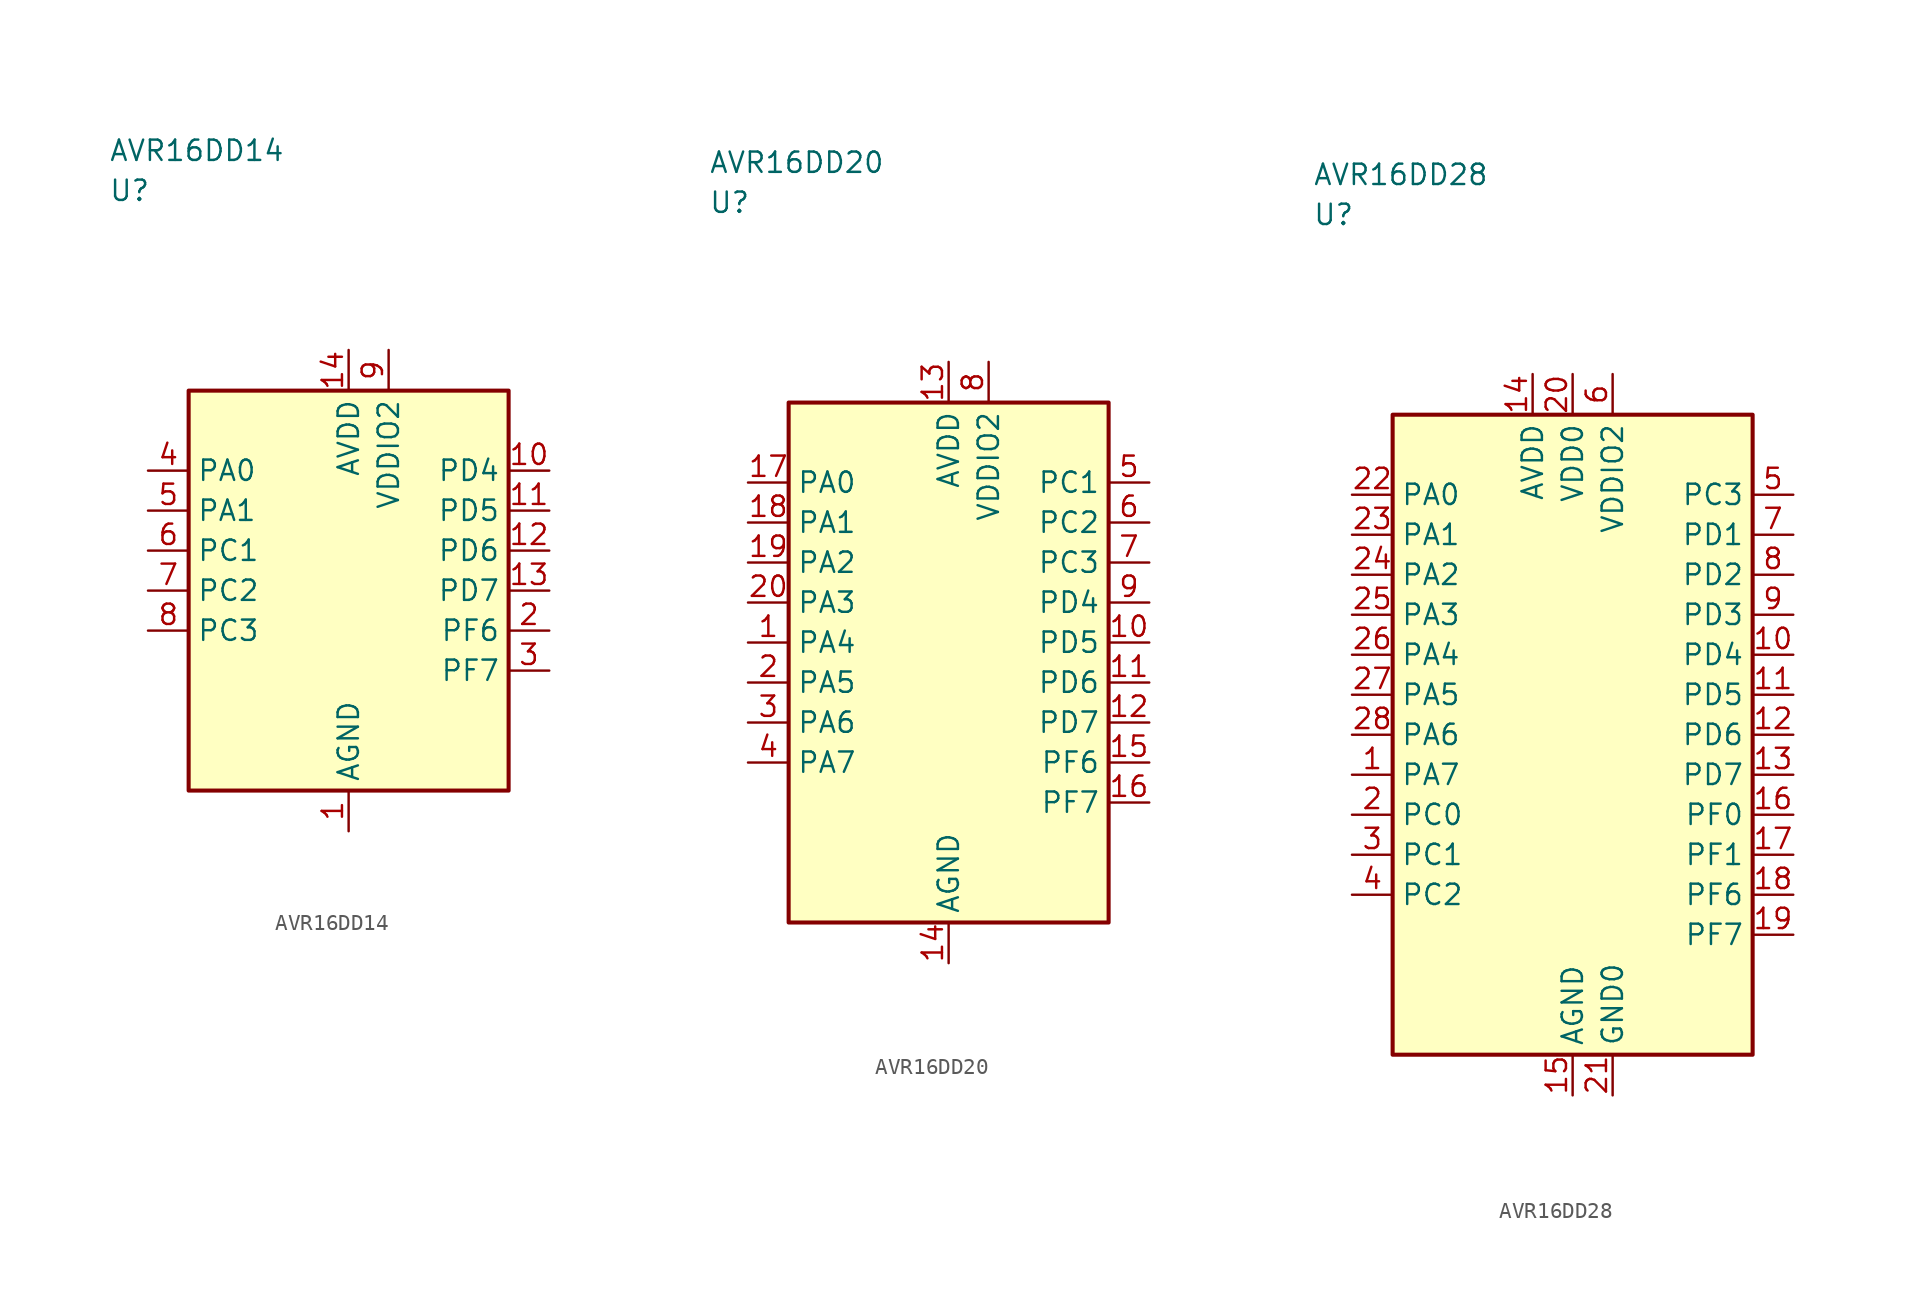
<source format=kicad_sym>
(kicad_symbol_lib
  (version 20241025)
  (generator "kicad_symbol_editor")
  (generator_version "8.0")
  (symbol "AVR16DD14"
    (property "Reference" "U"
      (at -15.0 25.0 0)
      (effects (font (size 1.27 1.27)) (justify left)))
    (property "Value" "AVR16DD14"
      (at -15.0 27.5 0)
      (effects (font (size 1.27 1.27)) (justify left)))
    (symbol "AVR16DD14_0_1"
      (rectangle (start -10.0 12.5) (end 10.0 -12.5) (stroke (width 0.254) (type default)) (fill (type background))))
    (symbol "AVR16DD14_1_1"
      (pin passive line (at 0.0 -15.04 90.0) (length 2.54) (name "AGND" (effects (font (size 1.27 1.27)))) (number "1" (effects (font (size 1.27 1.27)))))
      (pin bidirectional line (at 12.54 -2.5 180.0) (length 2.54) (name "PF6" (effects (font (size 1.27 1.27)))) (number "2" (effects (font (size 1.27 1.27)))))
      (pin bidirectional line (at 12.54 -5.0 180.0) (length 2.54) (name "PF7" (effects (font (size 1.27 1.27)))) (number "3" (effects (font (size 1.27 1.27)))))
      (pin bidirectional line (at -12.54 7.5 0.0) (length 2.54) (name "PA0" (effects (font (size 1.27 1.27)))) (number "4" (effects (font (size 1.27 1.27)))))
      (pin bidirectional line (at -12.54 5.0 0.0) (length 2.54) (name "PA1" (effects (font (size 1.27 1.27)))) (number "5" (effects (font (size 1.27 1.27)))))
      (pin bidirectional line (at -12.54 2.5 0.0) (length 2.54) (name "PC1" (effects (font (size 1.27 1.27)))) (number "6" (effects (font (size 1.27 1.27)))))
      (pin bidirectional line (at -12.54 0.0 0.0) (length 2.54) (name "PC2" (effects (font (size 1.27 1.27)))) (number "7" (effects (font (size 1.27 1.27)))))
      (pin bidirectional line (at -12.54 -2.5 0.0) (length 2.54) (name "PC3" (effects (font (size 1.27 1.27)))) (number "8" (effects (font (size 1.27 1.27)))))
      (pin power_in line (at 2.5 15.04 270.0) (length 2.54) (name "VDDIO2" (effects (font (size 1.27 1.27)))) (number "9" (effects (font (size 1.27 1.27)))))
      (pin bidirectional line (at 12.54 7.5 180.0) (length 2.54) (name "PD4" (effects (font (size 1.27 1.27)))) (number "10" (effects (font (size 1.27 1.27)))))
      (pin bidirectional line (at 12.54 5.0 180.0) (length 2.54) (name "PD5" (effects (font (size 1.27 1.27)))) (number "11" (effects (font (size 1.27 1.27)))))
      (pin bidirectional line (at 12.54 2.5 180.0) (length 2.54) (name "PD6" (effects (font (size 1.27 1.27)))) (number "12" (effects (font (size 1.27 1.27)))))
      (pin bidirectional line (at 12.54 0.0 180.0) (length 2.54) (name "PD7" (effects (font (size 1.27 1.27)))) (number "13" (effects (font (size 1.27 1.27)))))
      (pin power_in line (at 0.0 15.04 270.0) (length 2.54) (name "AVDD" (effects (font (size 1.27 1.27)))) (number "14" (effects (font (size 1.27 1.27)))))))
  (symbol "AVR16DD20"
    (property "Reference" "U"
      (at -15.0 28.75 0)
      (effects (font (size 1.27 1.27)) (justify left)))
    (property "Value" "AVR16DD20"
      (at -15.0 31.25 0)
      (effects (font (size 1.27 1.27)) (justify left)))
    (symbol "AVR16DD20_0_1"
      (rectangle (start -10.0 16.25) (end 10.0 -16.25) (stroke (width 0.254) (type default)) (fill (type background))))
    (symbol "AVR16DD20_1_1"
      (pin bidirectional line (at -12.54 1.25 0.0) (length 2.54) (name "PA4" (effects (font (size 1.27 1.27)))) (number "1" (effects (font (size 1.27 1.27)))))
      (pin bidirectional line (at -12.54 -1.25 0.0) (length 2.54) (name "PA5" (effects (font (size 1.27 1.27)))) (number "2" (effects (font (size 1.27 1.27)))))
      (pin bidirectional line (at -12.54 -3.75 0.0) (length 2.54) (name "PA6" (effects (font (size 1.27 1.27)))) (number "3" (effects (font (size 1.27 1.27)))))
      (pin bidirectional line (at -12.54 -6.25 0.0) (length 2.54) (name "PA7" (effects (font (size 1.27 1.27)))) (number "4" (effects (font (size 1.27 1.27)))))
      (pin bidirectional line (at 12.54 11.25 180.0) (length 2.54) (name "PC1" (effects (font (size 1.27 1.27)))) (number "5" (effects (font (size 1.27 1.27)))))
      (pin bidirectional line (at 12.54 8.75 180.0) (length 2.54) (name "PC2" (effects (font (size 1.27 1.27)))) (number "6" (effects (font (size 1.27 1.27)))))
      (pin bidirectional line (at 12.54 6.25 180.0) (length 2.54) (name "PC3" (effects (font (size 1.27 1.27)))) (number "7" (effects (font (size 1.27 1.27)))))
      (pin power_in line (at 2.5 18.79 270.0) (length 2.54) (name "VDDIO2" (effects (font (size 1.27 1.27)))) (number "8" (effects (font (size 1.27 1.27)))))
      (pin bidirectional line (at 12.54 3.75 180.0) (length 2.54) (name "PD4" (effects (font (size 1.27 1.27)))) (number "9" (effects (font (size 1.27 1.27)))))
      (pin bidirectional line (at 12.54 1.25 180.0) (length 2.54) (name "PD5" (effects (font (size 1.27 1.27)))) (number "10" (effects (font (size 1.27 1.27)))))
      (pin bidirectional line (at 12.54 -1.25 180.0) (length 2.54) (name "PD6" (effects (font (size 1.27 1.27)))) (number "11" (effects (font (size 1.27 1.27)))))
      (pin bidirectional line (at 12.54 -3.75 180.0) (length 2.54) (name "PD7" (effects (font (size 1.27 1.27)))) (number "12" (effects (font (size 1.27 1.27)))))
      (pin power_in line (at 0.0 18.79 270.0) (length 2.54) (name "AVDD" (effects (font (size 1.27 1.27)))) (number "13" (effects (font (size 1.27 1.27)))))
      (pin passive line (at 0.0 -18.79 90.0) (length 2.54) (name "AGND" (effects (font (size 1.27 1.27)))) (number "14" (effects (font (size 1.27 1.27)))))
      (pin bidirectional line (at 12.54 -6.25 180.0) (length 2.54) (name "PF6" (effects (font (size 1.27 1.27)))) (number "15" (effects (font (size 1.27 1.27)))))
      (pin bidirectional line (at 12.54 -8.75 180.0) (length 2.54) (name "PF7" (effects (font (size 1.27 1.27)))) (number "16" (effects (font (size 1.27 1.27)))))
      (pin bidirectional line (at -12.54 11.25 0.0) (length 2.54) (name "PA0" (effects (font (size 1.27 1.27)))) (number "17" (effects (font (size 1.27 1.27)))))
      (pin bidirectional line (at -12.54 8.75 0.0) (length 2.54) (name "PA1" (effects (font (size 1.27 1.27)))) (number "18" (effects (font (size 1.27 1.27)))))
      (pin bidirectional line (at -12.54 6.25 0.0) (length 2.54) (name "PA2" (effects (font (size 1.27 1.27)))) (number "19" (effects (font (size 1.27 1.27)))))
      (pin bidirectional line (at -12.54 3.75 0.0) (length 2.54) (name "PA3" (effects (font (size 1.27 1.27)))) (number "20" (effects (font (size 1.27 1.27)))))))
  (symbol "AVR16DD28"
    (property "Reference" "U"
      (at -16.25 32.5 0)
      (effects (font (size 1.27 1.27)) (justify left)))
    (property "Value" "AVR16DD28"
      (at -16.25 35.0 0)
      (effects (font (size 1.27 1.27)) (justify left)))
    (symbol "AVR16DD28_0_1"
      (rectangle (start -11.25 20.0) (end 11.25 -20.0) (stroke (width 0.254) (type default)) (fill (type background))))
    (symbol "AVR16DD28_1_1"
      (pin bidirectional line (at -13.79 -2.5 0.0) (length 2.54) (name "PA7" (effects (font (size 1.27 1.27)))) (number "1" (effects (font (size 1.27 1.27)))))
      (pin bidirectional line (at -13.79 -5.0 0.0) (length 2.54) (name "PC0" (effects (font (size 1.27 1.27)))) (number "2" (effects (font (size 1.27 1.27)))))
      (pin bidirectional line (at -13.79 -7.5 0.0) (length 2.54) (name "PC1" (effects (font (size 1.27 1.27)))) (number "3" (effects (font (size 1.27 1.27)))))
      (pin bidirectional line (at -13.79 -10.0 0.0) (length 2.54) (name "PC2" (effects (font (size 1.27 1.27)))) (number "4" (effects (font (size 1.27 1.27)))))
      (pin bidirectional line (at 13.79 15.0 180.0) (length 2.54) (name "PC3" (effects (font (size 1.27 1.27)))) (number "5" (effects (font (size 1.27 1.27)))))
      (pin power_in line (at 2.5 22.54 270.0) (length 2.54) (name "VDDIO2" (effects (font (size 1.27 1.27)))) (number "6" (effects (font (size 1.27 1.27)))))
      (pin bidirectional line (at 13.79 12.5 180.0) (length 2.54) (name "PD1" (effects (font (size 1.27 1.27)))) (number "7" (effects (font (size 1.27 1.27)))))
      (pin bidirectional line (at 13.79 10.0 180.0) (length 2.54) (name "PD2" (effects (font (size 1.27 1.27)))) (number "8" (effects (font (size 1.27 1.27)))))
      (pin bidirectional line (at 13.79 7.5 180.0) (length 2.54) (name "PD3" (effects (font (size 1.27 1.27)))) (number "9" (effects (font (size 1.27 1.27)))))
      (pin bidirectional line (at 13.79 5.0 180.0) (length 2.54) (name "PD4" (effects (font (size 1.27 1.27)))) (number "10" (effects (font (size 1.27 1.27)))))
      (pin bidirectional line (at 13.79 2.5 180.0) (length 2.54) (name "PD5" (effects (font (size 1.27 1.27)))) (number "11" (effects (font (size 1.27 1.27)))))
      (pin bidirectional line (at 13.79 0.0 180.0) (length 2.54) (name "PD6" (effects (font (size 1.27 1.27)))) (number "12" (effects (font (size 1.27 1.27)))))
      (pin bidirectional line (at 13.79 -2.5 180.0) (length 2.54) (name "PD7" (effects (font (size 1.27 1.27)))) (number "13" (effects (font (size 1.27 1.27)))))
      (pin power_in line (at -2.5 22.54 270.0) (length 2.54) (name "AVDD" (effects (font (size 1.27 1.27)))) (number "14" (effects (font (size 1.27 1.27)))))
      (pin passive line (at 0.0 -22.54 90.0) (length 2.54) (name "AGND" (effects (font (size 1.27 1.27)))) (number "15" (effects (font (size 1.27 1.27)))))
      (pin bidirectional line (at 13.79 -5.0 180.0) (length 2.54) (name "PF0" (effects (font (size 1.27 1.27)))) (number "16" (effects (font (size 1.27 1.27)))))
      (pin bidirectional line (at 13.79 -7.5 180.0) (length 2.54) (name "PF1" (effects (font (size 1.27 1.27)))) (number "17" (effects (font (size 1.27 1.27)))))
      (pin bidirectional line (at 13.79 -10.0 180.0) (length 2.54) (name "PF6" (effects (font (size 1.27 1.27)))) (number "18" (effects (font (size 1.27 1.27)))))
      (pin bidirectional line (at 13.79 -12.5 180.0) (length 2.54) (name "PF7" (effects (font (size 1.27 1.27)))) (number "19" (effects (font (size 1.27 1.27)))))
      (pin power_in line (at 0.0 22.54 270.0) (length 2.54) (name "VDD0" (effects (font (size 1.27 1.27)))) (number "20" (effects (font (size 1.27 1.27)))))
      (pin passive line (at 2.5 -22.54 90.0) (length 2.54) (name "GND0" (effects (font (size 1.27 1.27)))) (number "21" (effects (font (size 1.27 1.27)))))
      (pin bidirectional line (at -13.79 15.0 0.0) (length 2.54) (name "PA0" (effects (font (size 1.27 1.27)))) (number "22" (effects (font (size 1.27 1.27)))))
      (pin bidirectional line (at -13.79 12.5 0.0) (length 2.54) (name "PA1" (effects (font (size 1.27 1.27)))) (number "23" (effects (font (size 1.27 1.27)))))
      (pin bidirectional line (at -13.79 10.0 0.0) (length 2.54) (name "PA2" (effects (font (size 1.27 1.27)))) (number "24" (effects (font (size 1.27 1.27)))))
      (pin bidirectional line (at -13.79 7.5 0.0) (length 2.54) (name "PA3" (effects (font (size 1.27 1.27)))) (number "25" (effects (font (size 1.27 1.27)))))
      (pin bidirectional line (at -13.79 5.0 0.0) (length 2.54) (name "PA4" (effects (font (size 1.27 1.27)))) (number "26" (effects (font (size 1.27 1.27)))))
      (pin bidirectional line (at -13.79 2.5 0.0) (length 2.54) (name "PA5" (effects (font (size 1.27 1.27)))) (number "27" (effects (font (size 1.27 1.27)))))
      (pin bidirectional line (at -13.79 0.0 0.0) (length 2.54) (name "PA6" (effects (font (size 1.27 1.27)))) (number "28" (effects (font (size 1.27 1.27))))))))
</source>
